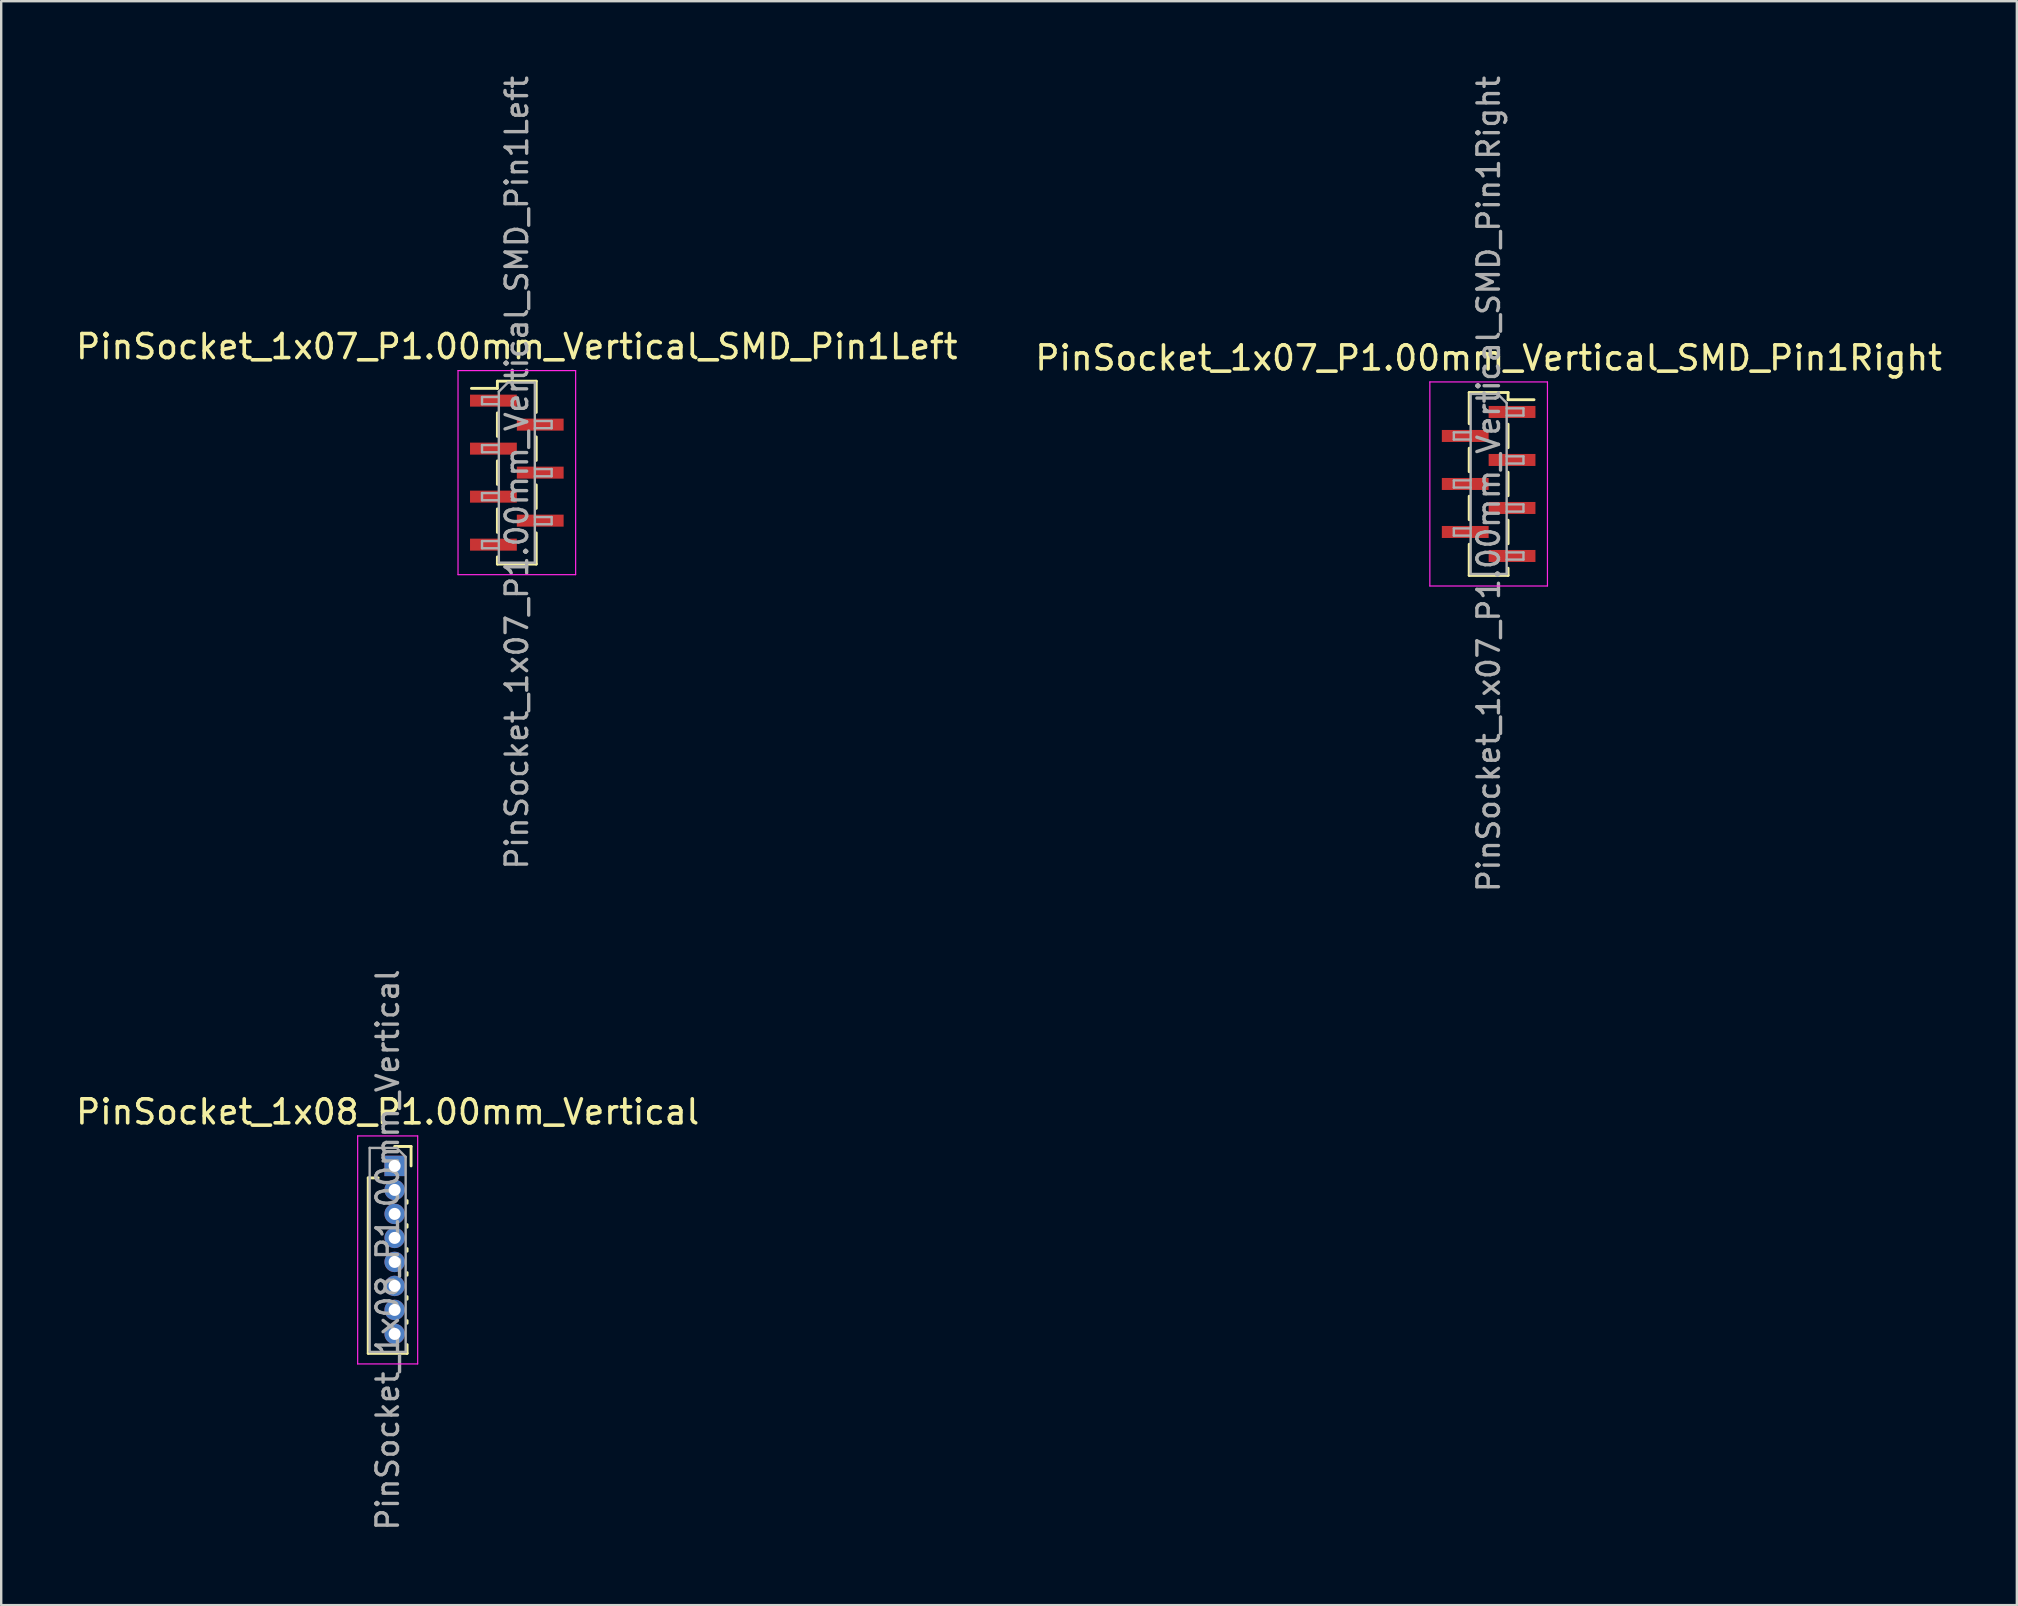
<source format=kicad_pcb>
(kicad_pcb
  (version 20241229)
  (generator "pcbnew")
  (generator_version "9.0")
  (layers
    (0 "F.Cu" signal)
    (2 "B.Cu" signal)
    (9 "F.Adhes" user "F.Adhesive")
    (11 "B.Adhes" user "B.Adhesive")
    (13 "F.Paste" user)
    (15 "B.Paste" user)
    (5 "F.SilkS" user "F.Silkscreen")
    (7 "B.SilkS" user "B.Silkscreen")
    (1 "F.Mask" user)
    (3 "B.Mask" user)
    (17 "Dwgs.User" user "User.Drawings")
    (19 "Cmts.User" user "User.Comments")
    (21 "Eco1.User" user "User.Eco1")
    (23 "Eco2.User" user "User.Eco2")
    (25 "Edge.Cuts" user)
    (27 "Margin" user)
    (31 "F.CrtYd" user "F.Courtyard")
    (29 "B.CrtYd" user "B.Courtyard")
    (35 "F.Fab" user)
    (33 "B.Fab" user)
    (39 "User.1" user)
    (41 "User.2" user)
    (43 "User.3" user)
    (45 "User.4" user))
  (footprint "PinSocket_1x08_P1.00mm_Vertical"
    (layer "F.Cu")
    (at 13.391 45.524)
    (property "Reference" "PinSocket_1x08_P1.00mm_Vertical" (at -0.29 -2.25 0) (layer "F.SilkS") (effects (font (size 1 1) (thickness 0.15))))
    (attr through_hole)
    (fp_line (start -1.1 0.5) (end -1.1 7.81) (stroke (width 0.12) (type solid)) (layer "F.SilkS"))
    (fp_line (start -1.1 0.5) (end -0.685 0.5) (stroke (width 0.12) (type solid)) (layer "F.SilkS"))
    (fp_line (start -1.1 7.81) (end 0.52 7.81) (stroke (width 0.12) (type solid)) (layer "F.SilkS"))
    (fp_line (start 0 -0.81) (end 0.685 -0.81) (stroke (width 0.12) (type solid)) (layer "F.SilkS"))
    (fp_line (start 0.52 1.446) (end 0.52 1.554) (stroke (width 0.12) (type solid)) (layer "F.SilkS"))
    (fp_line (start 0.52 2.446) (end 0.52 2.554) (stroke (width 0.12) (type solid)) (layer "F.SilkS"))
    (fp_line (start 0.52 3.446) (end 0.52 3.554) (stroke (width 0.12) (type solid)) (layer "F.SilkS"))
    (fp_line (start 0.52 4.446) (end 0.52 4.554) (stroke (width 0.12) (type solid)) (layer "F.SilkS"))
    (fp_line (start 0.52 5.446) (end 0.52 5.554) (stroke (width 0.12) (type solid)) (layer "F.SilkS"))
    (fp_line (start 0.52 6.446) (end 0.52 6.554) (stroke (width 0.12) (type solid)) (layer "F.SilkS"))
    (fp_line (start 0.52 7.446) (end 0.52 7.81) (stroke (width 0.12) (type solid)) (layer "F.SilkS"))
    (fp_line (start 0.685 -0.81) (end 0.685 0) (stroke (width 0.12) (type solid)) (layer "F.SilkS"))
    (fp_line (start -1.54 -1.25) (end 0.96 -1.25) (stroke (width 0.05) (type solid)) (layer "F.CrtYd"))
    (fp_line (start -1.54 8.25) (end -1.54 -1.25) (stroke (width 0.05) (type solid)) (layer "F.CrtYd"))
    (fp_line (start 0.96 -1.25) (end 0.96 8.25) (stroke (width 0.05) (type solid)) (layer "F.CrtYd"))
    (fp_line (start 0.96 8.25) (end -1.54 8.25) (stroke (width 0.05) (type solid)) (layer "F.CrtYd"))
    (fp_line (start -1.04 -0.75) (end 0.085 -0.75) (stroke (width 0.1) (type solid)) (layer "F.Fab"))
    (fp_line (start -1.04 7.75) (end -1.04 -0.75) (stroke (width 0.1) (type solid)) (layer "F.Fab"))
    (fp_line (start 0.085 -0.75) (end 0.46 -0.375) (stroke (width 0.1) (type solid)) (layer "F.Fab"))
    (fp_line (start 0.46 -0.375) (end 0.46 7.75) (stroke (width 0.1) (type solid)) (layer "F.Fab"))
    (fp_line (start 0.46 7.75) (end -1.04 7.75) (stroke (width 0.1) (type solid)) (layer "F.Fab"))
    (fp_text user "${REFERENCE}" (at -0.29 3.5 90) (layer "F.Fab") (effects (font (size 0.9 0.9) (thickness 0.14))))
    (pad "1" thru_hole rect (at 0 0) (size 0.85 0.85) (drill 0.5) (layers "*.Cu" "*.Mask"))
    (pad "2" thru_hole oval (at 0 1) (size 0.85 0.85) (drill 0.5) (layers "*.Cu" "*.Mask"))
    (pad "3" thru_hole oval (at 0 2) (size 0.85 0.85) (drill 0.5) (layers "*.Cu" "*.Mask"))
    (pad "4" thru_hole oval (at 0 3) (size 0.85 0.85) (drill 0.5) (layers "*.Cu" "*.Mask"))
    (pad "5" thru_hole oval (at 0 4) (size 0.85 0.85) (drill 0.5) (layers "*.Cu" "*.Mask"))
    (pad "6" thru_hole oval (at 0 5) (size 0.85 0.85) (drill 0.5) (layers "*.Cu" "*.Mask"))
    (pad "7" thru_hole oval (at 0 6) (size 0.85 0.85) (drill 0.5) (layers "*.Cu" "*.Mask"))
    (pad "8" thru_hole oval (at 0 7) (size 0.85 0.85) (drill 0.5) (layers "*.Cu" "*.Mask")))
  (footprint "PinSocket_1x07_P1.00mm_Vertical_SMD_Pin1Left"
    (layer "F.Cu")
    (at 18.482 16.641)
    (property "Reference" "PinSocket_1x07_P1.00mm_Vertical_SMD_Pin1Left" (at 0 -5.25 0) (layer "F.SilkS") (effects (font (size 1 1) (thickness 0.15))))
    (attr smd)
    (fp_line (start -1.89 -3.51) (end -0.81 -3.51) (stroke (width 0.12) (type solid)) (layer "F.SilkS"))
    (fp_line (start -0.81 -3.81) (end -0.81 -3.51) (stroke (width 0.12) (type solid)) (layer "F.SilkS"))
    (fp_line (start -0.81 -3.81) (end 0.81 -3.81) (stroke (width 0.12) (type solid)) (layer "F.SilkS"))
    (fp_line (start -0.81 -2.49) (end -0.81 -1.51) (stroke (width 0.12) (type solid)) (layer "F.SilkS"))
    (fp_line (start -0.81 -0.49) (end -0.81 0.49) (stroke (width 0.12) (type solid)) (layer "F.SilkS"))
    (fp_line (start -0.81 1.51) (end -0.81 2.49) (stroke (width 0.12) (type solid)) (layer "F.SilkS"))
    (fp_line (start -0.81 3.51) (end -0.81 3.81) (stroke (width 0.12) (type solid)) (layer "F.SilkS"))
    (fp_line (start -0.81 3.81) (end 0.81 3.81) (stroke (width 0.12) (type solid)) (layer "F.SilkS"))
    (fp_line (start 0.81 -3.81) (end 0.81 -2.51) (stroke (width 0.12) (type solid)) (layer "F.SilkS"))
    (fp_line (start 0.81 -1.49) (end 0.81 -0.51) (stroke (width 0.12) (type solid)) (layer "F.SilkS"))
    (fp_line (start 0.81 0.51) (end 0.81 1.49) (stroke (width 0.12) (type solid)) (layer "F.SilkS"))
    (fp_line (start 0.81 2.51) (end 0.81 3.81) (stroke (width 0.12) (type solid)) (layer "F.SilkS"))
    (fp_line (start -2.45 -4.25) (end 2.45 -4.25) (stroke (width 0.05) (type solid)) (layer "F.CrtYd"))
    (fp_line (start -2.45 4.25) (end -2.45 -4.25) (stroke (width 0.05) (type solid)) (layer "F.CrtYd"))
    (fp_line (start 2.45 -4.25) (end 2.45 4.25) (stroke (width 0.05) (type solid)) (layer "F.CrtYd"))
    (fp_line (start 2.45 4.25) (end -2.45 4.25) (stroke (width 0.05) (type solid)) (layer "F.CrtYd"))
    (fp_line (start -1.45 -3.15) (end -0.75 -3.15) (stroke (width 0.1) (type solid)) (layer "F.Fab"))
    (fp_line (start -1.45 -2.85) (end -1.45 -3.15) (stroke (width 0.1) (type solid)) (layer "F.Fab"))
    (fp_line (start -1.45 -1.15) (end -0.75 -1.15) (stroke (width 0.1) (type solid)) (layer "F.Fab"))
    (fp_line (start -1.45 -0.85) (end -1.45 -1.15) (stroke (width 0.1) (type solid)) (layer "F.Fab"))
    (fp_line (start -1.45 0.85) (end -0.75 0.85) (stroke (width 0.1) (type solid)) (layer "F.Fab"))
    (fp_line (start -1.45 1.15) (end -1.45 0.85) (stroke (width 0.1) (type solid)) (layer "F.Fab"))
    (fp_line (start -1.45 2.85) (end -0.75 2.85) (stroke (width 0.1) (type solid)) (layer "F.Fab"))
    (fp_line (start -1.45 3.15) (end -1.45 2.85) (stroke (width 0.1) (type solid)) (layer "F.Fab"))
    (fp_line (start -0.75 -3.375) (end -0.375 -3.75) (stroke (width 0.1) (type solid)) (layer "F.Fab"))
    (fp_line (start -0.75 -2.85) (end -1.45 -2.85) (stroke (width 0.1) (type solid)) (layer "F.Fab"))
    (fp_line (start -0.75 -0.85) (end -1.45 -0.85) (stroke (width 0.1) (type solid)) (layer "F.Fab"))
    (fp_line (start -0.75 1.15) (end -1.45 1.15) (stroke (width 0.1) (type solid)) (layer "F.Fab"))
    (fp_line (start -0.75 3.15) (end -1.45 3.15) (stroke (width 0.1) (type solid)) (layer "F.Fab"))
    (fp_line (start -0.75 3.75) (end -0.75 -3.375) (stroke (width 0.1) (type solid)) (layer "F.Fab"))
    (fp_line (start -0.375 -3.75) (end 0.75 -3.75) (stroke (width 0.1) (type solid)) (layer "F.Fab"))
    (fp_line (start 0.75 -3.75) (end 0.75 3.75) (stroke (width 0.1) (type solid)) (layer "F.Fab"))
    (fp_line (start 0.75 -2.15) (end 1.45 -2.15) (stroke (width 0.1) (type solid)) (layer "F.Fab"))
    (fp_line (start 0.75 -0.15) (end 1.45 -0.15) (stroke (width 0.1) (type solid)) (layer "F.Fab"))
    (fp_line (start 0.75 1.85) (end 1.45 1.85) (stroke (width 0.1) (type solid)) (layer "F.Fab"))
    (fp_line (start 0.75 3.75) (end -0.75 3.75) (stroke (width 0.1) (type solid)) (layer "F.Fab"))
    (fp_line (start 1.45 -2.15) (end 1.45 -1.85) (stroke (width 0.1) (type solid)) (layer "F.Fab"))
    (fp_line (start 1.45 -1.85) (end 0.75 -1.85) (stroke (width 0.1) (type solid)) (layer "F.Fab"))
    (fp_line (start 1.45 -0.15) (end 1.45 0.15) (stroke (width 0.1) (type solid)) (layer "F.Fab"))
    (fp_line (start 1.45 0.15) (end 0.75 0.15) (stroke (width 0.1) (type solid)) (layer "F.Fab"))
    (fp_line (start 1.45 1.85) (end 1.45 2.15) (stroke (width 0.1) (type solid)) (layer "F.Fab"))
    (fp_line (start 1.45 2.15) (end 0.75 2.15) (stroke (width 0.1) (type solid)) (layer "F.Fab"))
    (fp_text user "${REFERENCE}" (at 0 0 90) (layer "F.Fab") (effects (font (size 0.9 0.9) (thickness 0.14))))
    (pad "1" smd rect (at -0.975 -3) (size 1.95 0.5) (layers "F.Cu" "F.Mask" "F.Paste"))
    (pad "2" smd rect (at 0.975 -2) (size 1.95 0.5) (layers "F.Cu" "F.Mask" "F.Paste"))
    (pad "3" smd rect (at -0.975 -1) (size 1.95 0.5) (layers "F.Cu" "F.Mask" "F.Paste"))
    (pad "4" smd rect (at 0.975 0) (size 1.95 0.5) (layers "F.Cu" "F.Mask" "F.Paste"))
    (pad "5" smd rect (at -0.975 1) (size 1.95 0.5) (layers "F.Cu" "F.Mask" "F.Paste"))
    (pad "6" smd rect (at 0.975 2) (size 1.95 0.5) (layers "F.Cu" "F.Mask" "F.Paste"))
    (pad "7" smd rect (at -0.975 3) (size 1.95 0.5) (layers "F.Cu" "F.Mask" "F.Paste")))
  (footprint "PinSocket_1x07_P1.00mm_Vertical_SMD_Pin1Right"
    (layer "F.Cu")
    (at 58.97 17.113)
    (property "Reference" "PinSocket_1x07_P1.00mm_Vertical_SMD_Pin1Right" (at 0 -5.25 0) (layer "F.SilkS") (effects (font (size 1 1) (thickness 0.15))))
    (attr smd)
    (fp_line (start -0.81 -3.81) (end -0.81 -2.51) (stroke (width 0.12) (type solid)) (layer "F.SilkS"))
    (fp_line (start -0.81 -3.81) (end 0.81 -3.81) (stroke (width 0.12) (type solid)) (layer "F.SilkS"))
    (fp_line (start -0.81 -1.49) (end -0.81 -0.51) (stroke (width 0.12) (type solid)) (layer "F.SilkS"))
    (fp_line (start -0.81 0.51) (end -0.81 1.49) (stroke (width 0.12) (type solid)) (layer "F.SilkS"))
    (fp_line (start -0.81 2.51) (end -0.81 3.81) (stroke (width 0.12) (type solid)) (layer "F.SilkS"))
    (fp_line (start -0.81 3.81) (end 0.81 3.81) (stroke (width 0.12) (type solid)) (layer "F.SilkS"))
    (fp_line (start 0.81 -3.81) (end 0.81 -3.51) (stroke (width 0.12) (type solid)) (layer "F.SilkS"))
    (fp_line (start 0.81 -3.51) (end 1.89 -3.51) (stroke (width 0.12) (type solid)) (layer "F.SilkS"))
    (fp_line (start 0.81 -2.49) (end 0.81 -1.51) (stroke (width 0.12) (type solid)) (layer "F.SilkS"))
    (fp_line (start 0.81 -0.49) (end 0.81 0.49) (stroke (width 0.12) (type solid)) (layer "F.SilkS"))
    (fp_line (start 0.81 1.51) (end 0.81 2.49) (stroke (width 0.12) (type solid)) (layer "F.SilkS"))
    (fp_line (start 0.81 3.51) (end 0.81 3.81) (stroke (width 0.12) (type solid)) (layer "F.SilkS"))
    (fp_line (start -2.45 -4.25) (end 2.45 -4.25) (stroke (width 0.05) (type solid)) (layer "F.CrtYd"))
    (fp_line (start -2.45 4.25) (end -2.45 -4.25) (stroke (width 0.05) (type solid)) (layer "F.CrtYd"))
    (fp_line (start 2.45 -4.25) (end 2.45 4.25) (stroke (width 0.05) (type solid)) (layer "F.CrtYd"))
    (fp_line (start 2.45 4.25) (end -2.45 4.25) (stroke (width 0.05) (type solid)) (layer "F.CrtYd"))
    (fp_line (start -1.45 -2.15) (end -0.75 -2.15) (stroke (width 0.1) (type solid)) (layer "F.Fab"))
    (fp_line (start -1.45 -1.85) (end -1.45 -2.15) (stroke (width 0.1) (type solid)) (layer "F.Fab"))
    (fp_line (start -1.45 -0.15) (end -0.75 -0.15) (stroke (width 0.1) (type solid)) (layer "F.Fab"))
    (fp_line (start -1.45 0.15) (end -1.45 -0.15) (stroke (width 0.1) (type solid)) (layer "F.Fab"))
    (fp_line (start -1.45 1.85) (end -0.75 1.85) (stroke (width 0.1) (type solid)) (layer "F.Fab"))
    (fp_line (start -1.45 2.15) (end -1.45 1.85) (stroke (width 0.1) (type solid)) (layer "F.Fab"))
    (fp_line (start -0.75 -3.75) (end 0.375 -3.75) (stroke (width 0.1) (type solid)) (layer "F.Fab"))
    (fp_line (start -0.75 -1.85) (end -1.45 -1.85) (stroke (width 0.1) (type solid)) (layer "F.Fab"))
    (fp_line (start -0.75 0.15) (end -1.45 0.15) (stroke (width 0.1) (type solid)) (layer "F.Fab"))
    (fp_line (start -0.75 2.15) (end -1.45 2.15) (stroke (width 0.1) (type solid)) (layer "F.Fab"))
    (fp_line (start -0.75 3.75) (end -0.75 -3.75) (stroke (width 0.1) (type solid)) (layer "F.Fab"))
    (fp_line (start 0.375 -3.75) (end 0.75 -3.375) (stroke (width 0.1) (type solid)) (layer "F.Fab"))
    (fp_line (start 0.75 -3.375) (end 0.75 3.75) (stroke (width 0.1) (type solid)) (layer "F.Fab"))
    (fp_line (start 0.75 -3.15) (end 1.45 -3.15) (stroke (width 0.1) (type solid)) (layer "F.Fab"))
    (fp_line (start 0.75 -1.15) (end 1.45 -1.15) (stroke (width 0.1) (type solid)) (layer "F.Fab"))
    (fp_line (start 0.75 0.85) (end 1.45 0.85) (stroke (width 0.1) (type solid)) (layer "F.Fab"))
    (fp_line (start 0.75 2.85) (end 1.45 2.85) (stroke (width 0.1) (type solid)) (layer "F.Fab"))
    (fp_line (start 0.75 3.75) (end -0.75 3.75) (stroke (width 0.1) (type solid)) (layer "F.Fab"))
    (fp_line (start 1.45 -3.15) (end 1.45 -2.85) (stroke (width 0.1) (type solid)) (layer "F.Fab"))
    (fp_line (start 1.45 -2.85) (end 0.75 -2.85) (stroke (width 0.1) (type solid)) (layer "F.Fab"))
    (fp_line (start 1.45 -1.15) (end 1.45 -0.85) (stroke (width 0.1) (type solid)) (layer "F.Fab"))
    (fp_line (start 1.45 -0.85) (end 0.75 -0.85) (stroke (width 0.1) (type solid)) (layer "F.Fab"))
    (fp_line (start 1.45 0.85) (end 1.45 1.15) (stroke (width 0.1) (type solid)) (layer "F.Fab"))
    (fp_line (start 1.45 1.15) (end 0.75 1.15) (stroke (width 0.1) (type solid)) (layer "F.Fab"))
    (fp_line (start 1.45 2.85) (end 1.45 3.15) (stroke (width 0.1) (type solid)) (layer "F.Fab"))
    (fp_line (start 1.45 3.15) (end 0.75 3.15) (stroke (width 0.1) (type solid)) (layer "F.Fab"))
    (fp_text user "${REFERENCE}" (at 0 0 90) (layer "F.Fab") (effects (font (size 0.9 0.9) (thickness 0.14))))
    (pad "1" smd rect (at 0.975 -3) (size 1.95 0.5) (layers "F.Cu" "F.Mask" "F.Paste"))
    (pad "2" smd rect (at -0.975 -2) (size 1.95 0.5) (layers "F.Cu" "F.Mask" "F.Paste"))
    (pad "3" smd rect (at 0.975 -1) (size 1.95 0.5) (layers "F.Cu" "F.Mask" "F.Paste"))
    (pad "4" smd rect (at -0.975 0) (size 1.95 0.5) (layers "F.Cu" "F.Mask" "F.Paste"))
    (pad "5" smd rect (at 0.975 1) (size 1.95 0.5) (layers "F.Cu" "F.Mask" "F.Paste"))
    (pad "6" smd rect (at -0.975 2) (size 1.95 0.5) (layers "F.Cu" "F.Mask" "F.Paste"))
    (pad "7" smd rect (at 0.975 3) (size 1.95 0.5) (layers "F.Cu" "F.Mask" "F.Paste")))
  (gr_rect
    (start -3 -3)
    (end 80.976 63.823)
    (stroke (width 0.1) (type default))
    (fill no)
    (layer "Edge.Cuts")))
</source>
